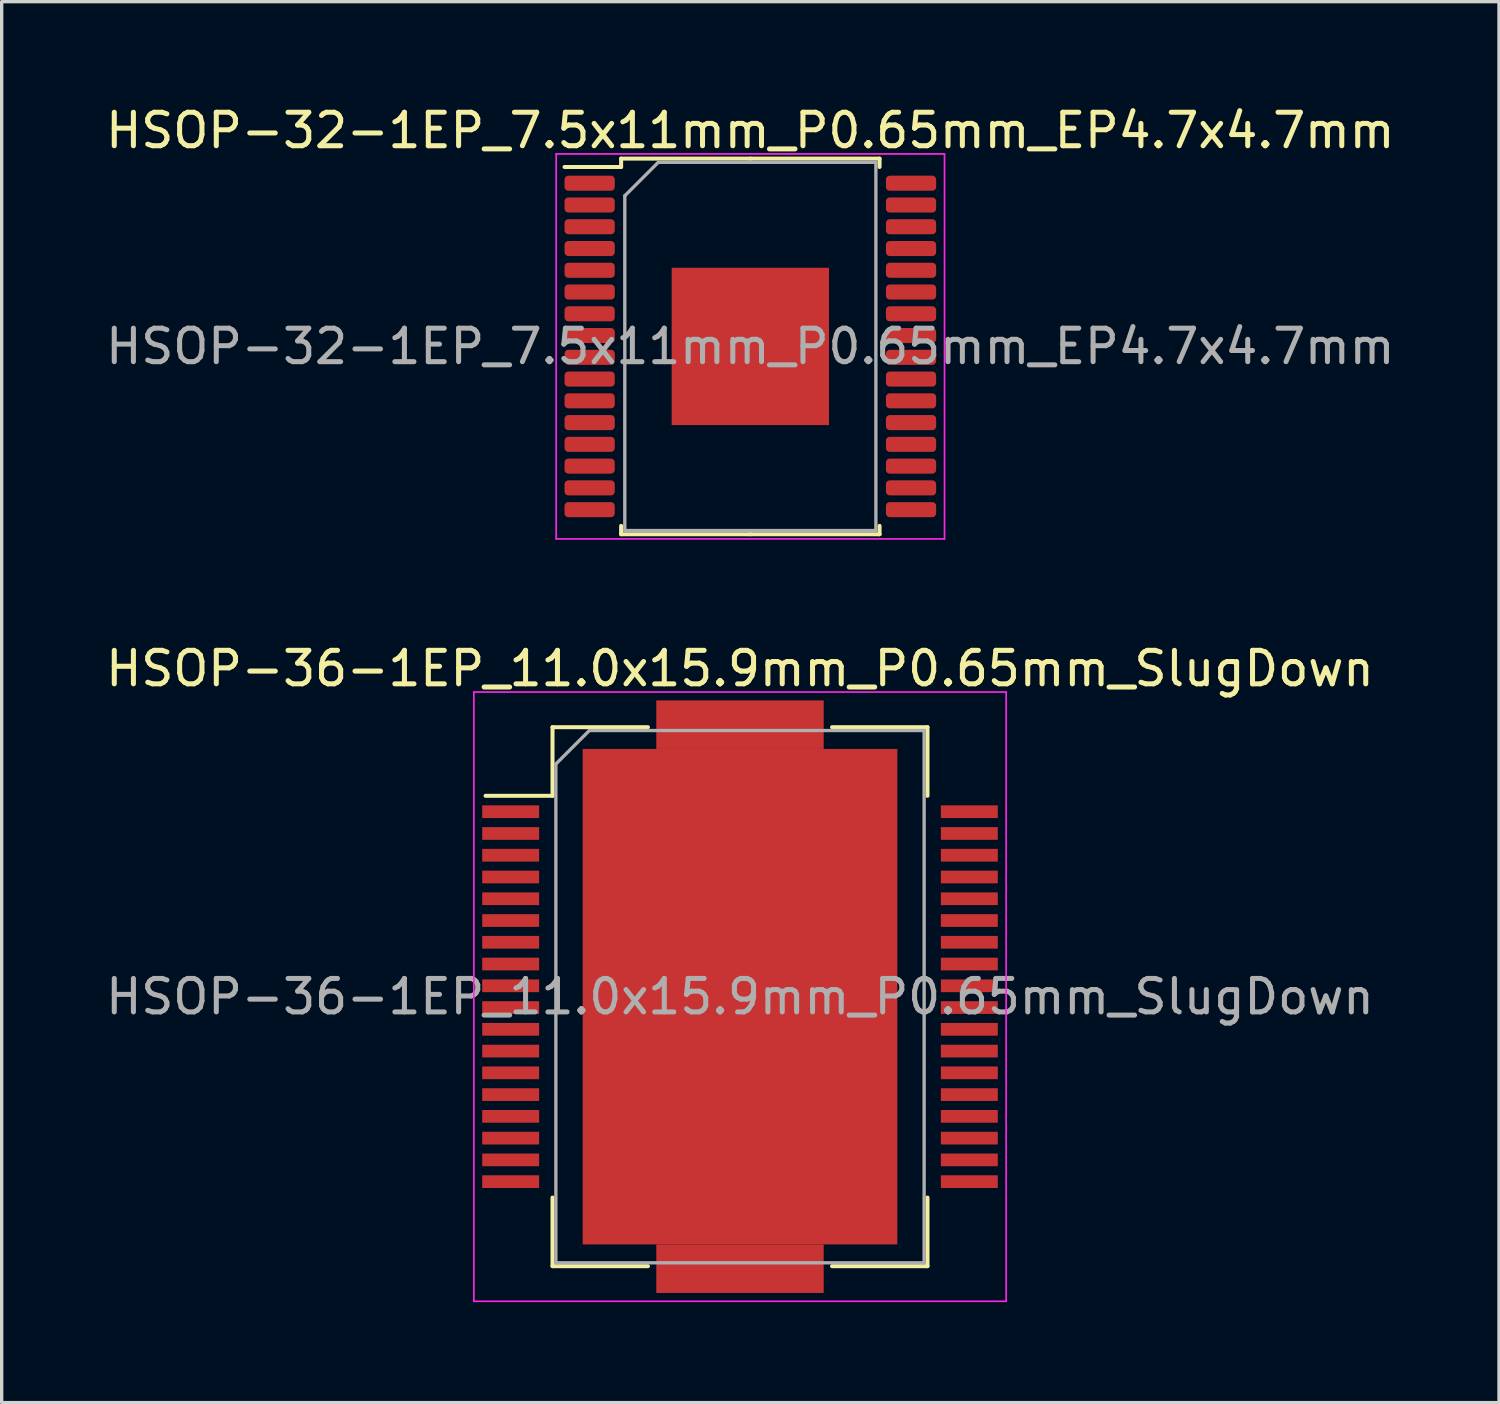
<source format=kicad_pcb>
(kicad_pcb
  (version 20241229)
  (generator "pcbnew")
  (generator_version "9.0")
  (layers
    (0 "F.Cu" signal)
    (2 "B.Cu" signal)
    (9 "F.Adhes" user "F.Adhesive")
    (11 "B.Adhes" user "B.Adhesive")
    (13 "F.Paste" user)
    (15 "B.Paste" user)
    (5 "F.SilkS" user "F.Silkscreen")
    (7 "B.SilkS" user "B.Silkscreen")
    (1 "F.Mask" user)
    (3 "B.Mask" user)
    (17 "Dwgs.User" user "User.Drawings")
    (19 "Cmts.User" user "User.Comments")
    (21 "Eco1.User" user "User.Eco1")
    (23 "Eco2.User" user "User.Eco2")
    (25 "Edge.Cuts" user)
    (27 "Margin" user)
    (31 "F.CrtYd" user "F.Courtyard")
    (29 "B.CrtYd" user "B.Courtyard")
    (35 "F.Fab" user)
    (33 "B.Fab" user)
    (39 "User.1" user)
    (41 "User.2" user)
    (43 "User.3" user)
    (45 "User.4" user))
  (footprint "HSOP-36-1EP_11.0x15.9mm_P0.65mm_SlugDown"
    (layer "F.Cu")
    (at 19.054 26.721)
    (property "Reference" "HSOP-36-1EP_11.0x15.9mm_P0.65mm_SlugDown" (at 0 -9.8 0) (layer "F.SilkS") (effects (font (size 1 1) (thickness 0.15))))
    (attr smd)
    (fp_line (start -5.6 -8.05) (end -5.6 -6) (stroke (width 0.12) (type solid)) (layer "F.SilkS"))
    (fp_line (start -5.6 -6) (end -7.6 -6) (stroke (width 0.12) (type solid)) (layer "F.SilkS"))
    (fp_line (start -5.6 8.05) (end -5.6 6) (stroke (width 0.12) (type solid)) (layer "F.SilkS"))
    (fp_line (start -2.75 -8.05) (end -5.6 -8.05) (stroke (width 0.12) (type solid)) (layer "F.SilkS"))
    (fp_line (start -2.75 8.05) (end -5.6 8.05) (stroke (width 0.12) (type solid)) (layer "F.SilkS"))
    (fp_line (start 5.6 -8.05) (end 2.75 -8.05) (stroke (width 0.12) (type solid)) (layer "F.SilkS"))
    (fp_line (start 5.6 -8.05) (end 5.6 -6) (stroke (width 0.12) (type solid)) (layer "F.SilkS"))
    (fp_line (start 5.6 8.05) (end 2.75 8.05) (stroke (width 0.12) (type solid)) (layer "F.SilkS"))
    (fp_line (start 5.6 8.05) (end 5.6 6) (stroke (width 0.12) (type solid)) (layer "F.SilkS"))
    (fp_line (start -7.95 -9.1) (end -7.95 9.1) (stroke (width 0.05) (type solid)) (layer "F.CrtYd"))
    (fp_line (start -7.95 -9.1) (end 7.95 -9.1) (stroke (width 0.05) (type solid)) (layer "F.CrtYd"))
    (fp_line (start 7.95 9.1) (end -7.95 9.1) (stroke (width 0.05) (type solid)) (layer "F.CrtYd"))
    (fp_line (start 7.95 9.1) (end 7.95 -9.1) (stroke (width 0.05) (type solid)) (layer "F.CrtYd"))
    (fp_line (start -5.5 -6.95) (end -5.5 7.95) (stroke (width 0.1) (type solid)) (layer "F.Fab"))
    (fp_line (start -5.5 7.95) (end 5.5 7.95) (stroke (width 0.1) (type solid)) (layer "F.Fab"))
    (fp_line (start -4.5 -7.95) (end -5.5 -6.95) (stroke (width 0.1) (type solid)) (layer "F.Fab"))
    (fp_line (start 5.5 -7.95) (end -4.5 -7.95) (stroke (width 0.1) (type solid)) (layer "F.Fab"))
    (fp_line (start 5.5 7.95) (end 5.5 -7.95) (stroke (width 0.1) (type solid)) (layer "F.Fab"))
    (fp_text user "${REFERENCE}" (at 0 0 0) (layer "F.Fab") (effects (font (size 1 1) (thickness 0.15))))
    (pad "1" smd rect (at -6.85 -5.525) (size 1.7 0.38) (layers "F.Cu" "F.Mask" "F.Paste"))
    (pad "2" smd rect (at -6.85 -4.875) (size 1.7 0.38) (layers "F.Cu" "F.Mask" "F.Paste"))
    (pad "3" smd rect (at -6.85 -4.225) (size 1.7 0.38) (layers "F.Cu" "F.Mask" "F.Paste"))
    (pad "4" smd rect (at -6.85 -3.575) (size 1.7 0.38) (layers "F.Cu" "F.Mask" "F.Paste"))
    (pad "5" smd rect (at -6.85 -2.925) (size 1.7 0.38) (layers "F.Cu" "F.Mask" "F.Paste"))
    (pad "6" smd rect (at -6.85 -2.275) (size 1.7 0.38) (layers "F.Cu" "F.Mask" "F.Paste"))
    (pad "7" smd rect (at -6.85 -1.625) (size 1.7 0.38) (layers "F.Cu" "F.Mask" "F.Paste"))
    (pad "8" smd rect (at -6.85 -0.975) (size 1.7 0.38) (layers "F.Cu" "F.Mask" "F.Paste"))
    (pad "9" smd rect (at -6.85 -0.325) (size 1.7 0.38) (layers "F.Cu" "F.Mask" "F.Paste"))
    (pad "10" smd rect (at -6.85 0.325) (size 1.7 0.38) (layers "F.Cu" "F.Mask" "F.Paste"))
    (pad "11" smd rect (at -6.85 0.975) (size 1.7 0.38) (layers "F.Cu" "F.Mask" "F.Paste"))
    (pad "12" smd rect (at -6.85 1.625) (size 1.7 0.38) (layers "F.Cu" "F.Mask" "F.Paste"))
    (pad "13" smd rect (at -6.85 2.275) (size 1.7 0.38) (layers "F.Cu" "F.Mask" "F.Paste"))
    (pad "14" smd rect (at -6.85 2.925) (size 1.7 0.38) (layers "F.Cu" "F.Mask" "F.Paste"))
    (pad "15" smd rect (at -6.85 3.575) (size 1.7 0.38) (layers "F.Cu" "F.Mask" "F.Paste"))
    (pad "16" smd rect (at -6.85 4.225) (size 1.7 0.38) (layers "F.Cu" "F.Mask" "F.Paste"))
    (pad "17" smd rect (at -6.85 4.875) (size 1.7 0.38) (layers "F.Cu" "F.Mask" "F.Paste"))
    (pad "18" smd rect (at -6.85 5.525) (size 1.7 0.38) (layers "F.Cu" "F.Mask" "F.Paste"))
    (pad "19" smd rect (at 6.85 5.525) (size 1.7 0.38) (layers "F.Cu" "F.Mask" "F.Paste"))
    (pad "20" smd rect (at 6.85 4.875) (size 1.7 0.38) (layers "F.Cu" "F.Mask" "F.Paste"))
    (pad "21" smd rect (at 6.85 4.225) (size 1.7 0.38) (layers "F.Cu" "F.Mask" "F.Paste"))
    (pad "22" smd rect (at 6.85 3.575) (size 1.7 0.38) (layers "F.Cu" "F.Mask" "F.Paste"))
    (pad "23" smd rect (at 6.85 2.925) (size 1.7 0.38) (layers "F.Cu" "F.Mask" "F.Paste"))
    (pad "24" smd rect (at 6.85 2.275) (size 1.7 0.38) (layers "F.Cu" "F.Mask" "F.Paste"))
    (pad "25" smd rect (at 6.85 1.625) (size 1.7 0.38) (layers "F.Cu" "F.Mask" "F.Paste"))
    (pad "26" smd rect (at 6.85 0.975) (size 1.7 0.38) (layers "F.Cu" "F.Mask" "F.Paste"))
    (pad "27" smd rect (at 6.85 0.325) (size 1.7 0.38) (layers "F.Cu" "F.Mask" "F.Paste"))
    (pad "28" smd rect (at 6.85 -0.325) (size 1.7 0.38) (layers "F.Cu" "F.Mask" "F.Paste"))
    (pad "29" smd rect (at 6.85 -0.975) (size 1.7 0.38) (layers "F.Cu" "F.Mask" "F.Paste"))
    (pad "30" smd rect (at 6.85 -1.625) (size 1.7 0.38) (layers "F.Cu" "F.Mask" "F.Paste"))
    (pad "31" smd rect (at 6.85 -2.275) (size 1.7 0.38) (layers "F.Cu" "F.Mask" "F.Paste"))
    (pad "32" smd rect (at 6.85 -2.925) (size 1.7 0.38) (layers "F.Cu" "F.Mask" "F.Paste"))
    (pad "33" smd rect (at 6.85 -3.575) (size 1.7 0.38) (layers "F.Cu" "F.Mask" "F.Paste"))
    (pad "34" smd rect (at 6.85 -4.225) (size 1.7 0.38) (layers "F.Cu" "F.Mask" "F.Paste"))
    (pad "35" smd rect (at 6.85 -4.875) (size 1.7 0.38) (layers "F.Cu" "F.Mask" "F.Paste"))
    (pad "36" smd rect (at 6.85 -5.525) (size 1.7 0.38) (layers "F.Cu" "F.Mask" "F.Paste"))
    (pad "37" smd rect (at 0 -8.125) (size 5 1.45) (layers "F.Cu" "F.Mask" "F.Paste"))
    (pad "37" smd rect (at 0 0) (size 9.4 14.8) (layers "F.Cu" "F.Mask" "F.Paste"))
    (pad "37" smd rect (at 0 8.125) (size 5 1.45) (layers "F.Cu" "F.Mask" "F.Paste")))
  (footprint "HSOP-32-1EP_7.5x11mm_P0.65mm_EP4.7x4.7mm"
    (layer "F.Cu")
    (at 19.363 7.298)
    (property "Reference" "HSOP-32-1EP_7.5x11mm_P0.65mm_EP4.7x4.7mm" (at 0 -6.45 0) (layer "F.SilkS") (effects (font (size 1 1) (thickness 0.15))))
    (attr smd)
    (fp_line (start -3.86 -5.61) (end -3.86 -5.36) (stroke (width 0.12) (type solid)) (layer "F.SilkS"))
    (fp_line (start -3.86 -5.36) (end -5.55 -5.36) (stroke (width 0.12) (type solid)) (layer "F.SilkS"))
    (fp_line (start -3.86 5.61) (end -3.86 5.36) (stroke (width 0.12) (type solid)) (layer "F.SilkS"))
    (fp_line (start 0 -5.61) (end -3.86 -5.61) (stroke (width 0.12) (type solid)) (layer "F.SilkS"))
    (fp_line (start 0 -5.61) (end 3.86 -5.61) (stroke (width 0.12) (type solid)) (layer "F.SilkS"))
    (fp_line (start 0 5.61) (end -3.86 5.61) (stroke (width 0.12) (type solid)) (layer "F.SilkS"))
    (fp_line (start 0 5.61) (end 3.86 5.61) (stroke (width 0.12) (type solid)) (layer "F.SilkS"))
    (fp_line (start 3.86 -5.61) (end 3.86 -5.36) (stroke (width 0.12) (type solid)) (layer "F.SilkS"))
    (fp_line (start 3.86 5.61) (end 3.86 5.36) (stroke (width 0.12) (type solid)) (layer "F.SilkS"))
    (fp_line (start -5.8 -5.75) (end -5.8 5.75) (stroke (width 0.05) (type solid)) (layer "F.CrtYd"))
    (fp_line (start -5.8 5.75) (end 5.8 5.75) (stroke (width 0.05) (type solid)) (layer "F.CrtYd"))
    (fp_line (start 5.8 -5.75) (end -5.8 -5.75) (stroke (width 0.05) (type solid)) (layer "F.CrtYd"))
    (fp_line (start 5.8 5.75) (end 5.8 -5.75) (stroke (width 0.05) (type solid)) (layer "F.CrtYd"))
    (fp_line (start -3.75 -4.5) (end -2.75 -5.5) (stroke (width 0.1) (type solid)) (layer "F.Fab"))
    (fp_line (start -3.75 5.5) (end -3.75 -4.5) (stroke (width 0.1) (type solid)) (layer "F.Fab"))
    (fp_line (start -2.75 -5.5) (end 3.75 -5.5) (stroke (width 0.1) (type solid)) (layer "F.Fab"))
    (fp_line (start 3.75 -5.5) (end 3.75 5.5) (stroke (width 0.1) (type solid)) (layer "F.Fab"))
    (fp_line (start 3.75 5.5) (end -3.75 5.5) (stroke (width 0.1) (type solid)) (layer "F.Fab"))
    (fp_text user "${REFERENCE}" (at 0 0 0) (layer "F.Fab") (effects (font (size 1 1) (thickness 0.15))))
    (pad "" smd roundrect (at -1.175 -1.175) (size 1.89 1.89) (layers "F.Paste") (roundrect_rratio 0.132))
    (pad "" smd roundrect (at -1.175 1.175) (size 1.89 1.89) (layers "F.Paste") (roundrect_rratio 0.132))
    (pad "" smd roundrect (at 1.175 -1.175) (size 1.89 1.89) (layers "F.Paste") (roundrect_rratio 0.132))
    (pad "" smd roundrect (at 1.175 1.175) (size 1.89 1.89) (layers "F.Paste") (roundrect_rratio 0.132))
    (pad "1" smd roundrect (at -4.8 -4.875) (size 1.5 0.45) (layers "F.Cu" "F.Mask" "F.Paste") (roundrect_rratio 0.25))
    (pad "2" smd roundrect (at -4.8 -4.225) (size 1.5 0.45) (layers "F.Cu" "F.Mask" "F.Paste") (roundrect_rratio 0.25))
    (pad "3" smd roundrect (at -4.8 -3.575) (size 1.5 0.45) (layers "F.Cu" "F.Mask" "F.Paste") (roundrect_rratio 0.25))
    (pad "4" smd roundrect (at -4.8 -2.925) (size 1.5 0.45) (layers "F.Cu" "F.Mask" "F.Paste") (roundrect_rratio 0.25))
    (pad "5" smd roundrect (at -4.8 -2.275) (size 1.5 0.45) (layers "F.Cu" "F.Mask" "F.Paste") (roundrect_rratio 0.25))
    (pad "6" smd roundrect (at -4.8 -1.625) (size 1.5 0.45) (layers "F.Cu" "F.Mask" "F.Paste") (roundrect_rratio 0.25))
    (pad "7" smd roundrect (at -4.8 -0.975) (size 1.5 0.45) (layers "F.Cu" "F.Mask" "F.Paste") (roundrect_rratio 0.25))
    (pad "8" smd roundrect (at -4.8 -0.325) (size 1.5 0.45) (layers "F.Cu" "F.Mask" "F.Paste") (roundrect_rratio 0.25))
    (pad "9" smd roundrect (at -4.8 0.325) (size 1.5 0.45) (layers "F.Cu" "F.Mask" "F.Paste") (roundrect_rratio 0.25))
    (pad "10" smd roundrect (at -4.8 0.975) (size 1.5 0.45) (layers "F.Cu" "F.Mask" "F.Paste") (roundrect_rratio 0.25))
    (pad "11" smd roundrect (at -4.8 1.625) (size 1.5 0.45) (layers "F.Cu" "F.Mask" "F.Paste") (roundrect_rratio 0.25))
    (pad "12" smd roundrect (at -4.8 2.275) (size 1.5 0.45) (layers "F.Cu" "F.Mask" "F.Paste") (roundrect_rratio 0.25))
    (pad "13" smd roundrect (at -4.8 2.925) (size 1.5 0.45) (layers "F.Cu" "F.Mask" "F.Paste") (roundrect_rratio 0.25))
    (pad "14" smd roundrect (at -4.8 3.575) (size 1.5 0.45) (layers "F.Cu" "F.Mask" "F.Paste") (roundrect_rratio 0.25))
    (pad "15" smd roundrect (at -4.8 4.225) (size 1.5 0.45) (layers "F.Cu" "F.Mask" "F.Paste") (roundrect_rratio 0.25))
    (pad "16" smd roundrect (at -4.8 4.875) (size 1.5 0.45) (layers "F.Cu" "F.Mask" "F.Paste") (roundrect_rratio 0.25))
    (pad "17" smd roundrect (at 4.8 4.875) (size 1.5 0.45) (layers "F.Cu" "F.Mask" "F.Paste") (roundrect_rratio 0.25))
    (pad "18" smd roundrect (at 4.8 4.225) (size 1.5 0.45) (layers "F.Cu" "F.Mask" "F.Paste") (roundrect_rratio 0.25))
    (pad "19" smd roundrect (at 4.8 3.575) (size 1.5 0.45) (layers "F.Cu" "F.Mask" "F.Paste") (roundrect_rratio 0.25))
    (pad "20" smd roundrect (at 4.8 2.925) (size 1.5 0.45) (layers "F.Cu" "F.Mask" "F.Paste") (roundrect_rratio 0.25))
    (pad "21" smd roundrect (at 4.8 2.275) (size 1.5 0.45) (layers "F.Cu" "F.Mask" "F.Paste") (roundrect_rratio 0.25))
    (pad "22" smd roundrect (at 4.8 1.625) (size 1.5 0.45) (layers "F.Cu" "F.Mask" "F.Paste") (roundrect_rratio 0.25))
    (pad "23" smd roundrect (at 4.8 0.975) (size 1.5 0.45) (layers "F.Cu" "F.Mask" "F.Paste") (roundrect_rratio 0.25))
    (pad "24" smd roundrect (at 4.8 0.325) (size 1.5 0.45) (layers "F.Cu" "F.Mask" "F.Paste") (roundrect_rratio 0.25))
    (pad "25" smd roundrect (at 4.8 -0.325) (size 1.5 0.45) (layers "F.Cu" "F.Mask" "F.Paste") (roundrect_rratio 0.25))
    (pad "26" smd roundrect (at 4.8 -0.975) (size 1.5 0.45) (layers "F.Cu" "F.Mask" "F.Paste") (roundrect_rratio 0.25))
    (pad "27" smd roundrect (at 4.8 -1.625) (size 1.5 0.45) (layers "F.Cu" "F.Mask" "F.Paste") (roundrect_rratio 0.25))
    (pad "28" smd roundrect (at 4.8 -2.275) (size 1.5 0.45) (layers "F.Cu" "F.Mask" "F.Paste") (roundrect_rratio 0.25))
    (pad "29" smd roundrect (at 4.8 -2.925) (size 1.5 0.45) (layers "F.Cu" "F.Mask" "F.Paste") (roundrect_rratio 0.25))
    (pad "30" smd roundrect (at 4.8 -3.575) (size 1.5 0.45) (layers "F.Cu" "F.Mask" "F.Paste") (roundrect_rratio 0.25))
    (pad "31" smd roundrect (at 4.8 -4.225) (size 1.5 0.45) (layers "F.Cu" "F.Mask" "F.Paste") (roundrect_rratio 0.25))
    (pad "32" smd roundrect (at 4.8 -4.875) (size 1.5 0.45) (layers "F.Cu" "F.Mask" "F.Paste") (roundrect_rratio 0.25))
    (pad "33" smd rect (at 0 0) (size 4.7 4.7) (layers "F.Cu" "F.Mask")))
  (gr_rect
    (start -3 -3)
    (end 41.726 38.846)
    (stroke (width 0.1) (type default))
    (fill no)
    (layer "Edge.Cuts")))
</source>
